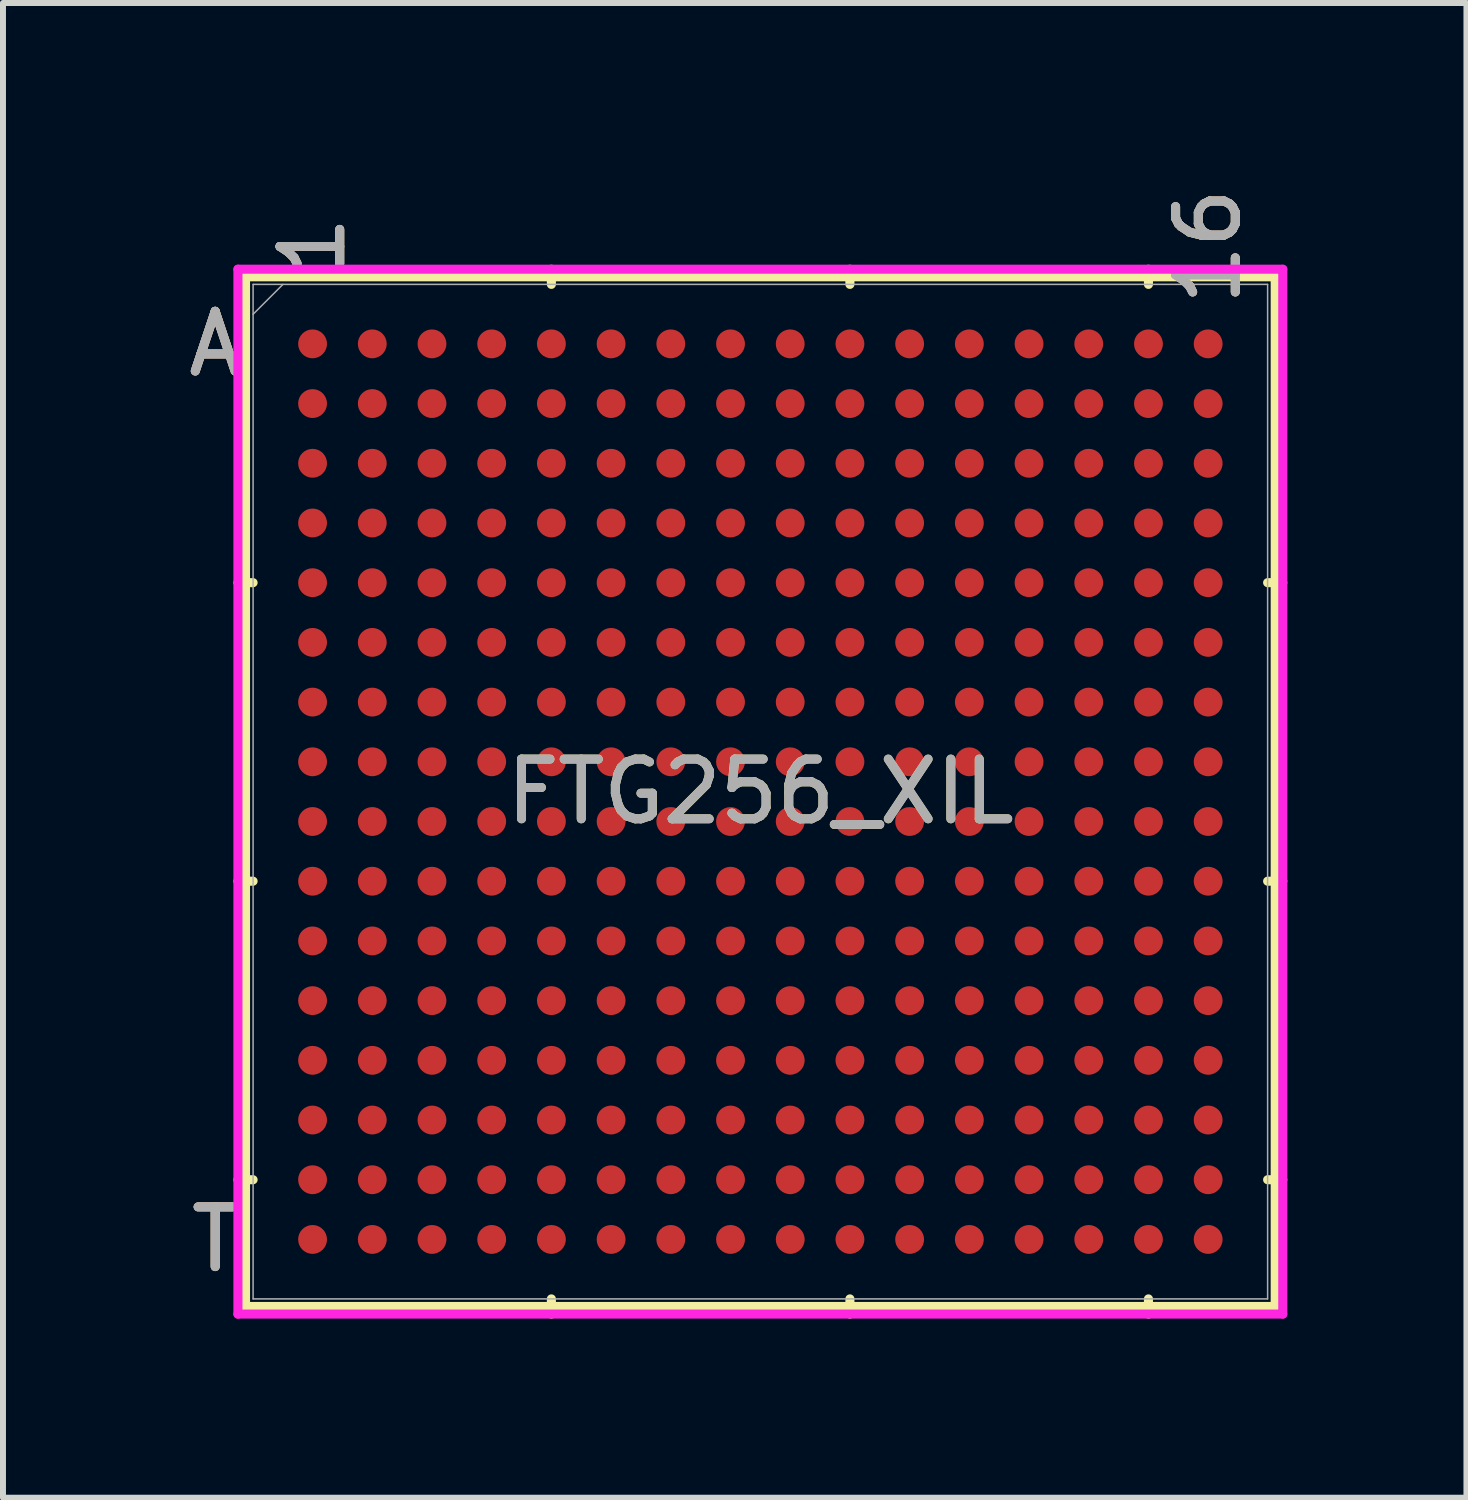
<source format=kicad_pcb>
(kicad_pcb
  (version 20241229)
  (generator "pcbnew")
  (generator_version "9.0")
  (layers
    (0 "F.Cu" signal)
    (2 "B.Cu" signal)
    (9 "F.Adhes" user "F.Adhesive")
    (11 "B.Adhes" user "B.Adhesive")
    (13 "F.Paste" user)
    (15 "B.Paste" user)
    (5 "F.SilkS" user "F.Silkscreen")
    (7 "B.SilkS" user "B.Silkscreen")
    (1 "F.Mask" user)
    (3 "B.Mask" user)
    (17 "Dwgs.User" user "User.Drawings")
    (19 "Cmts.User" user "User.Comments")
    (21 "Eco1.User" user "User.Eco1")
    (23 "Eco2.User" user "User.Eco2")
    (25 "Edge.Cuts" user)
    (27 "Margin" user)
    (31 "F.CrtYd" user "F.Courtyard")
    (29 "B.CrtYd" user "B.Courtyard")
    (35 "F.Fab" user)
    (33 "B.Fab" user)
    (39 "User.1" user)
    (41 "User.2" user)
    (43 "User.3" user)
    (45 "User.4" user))
  (footprint "FTG256_XIL"
    (layer "F.Cu")
    (at 9.685 10.209)
    (property "Reference" "FTG256_XIL" (at 0 0 0) (unlocked yes) (layer "F.SilkS") (effects (font (size 1 1) (thickness 0.15))))
    (attr smd)
    (fp_line (start -8.623 -8.623) (end -8.623 8.623) (stroke (width 0.152) (type solid)) (layer "F.SilkS"))
    (fp_line (start -8.623 8.623) (end 8.623 8.623) (stroke (width 0.152) (type solid)) (layer "F.SilkS"))
    (fp_line (start -8.496 -3.5) (end -8.75 -3.5) (stroke (width 0.152) (type solid)) (layer "F.SilkS"))
    (fp_line (start -8.496 1.5) (end -8.75 1.5) (stroke (width 0.152) (type solid)) (layer "F.SilkS"))
    (fp_line (start -8.496 6.5) (end -8.75 6.5) (stroke (width 0.152) (type solid)) (layer "F.SilkS"))
    (fp_line (start -3.5 -8.496) (end -3.5 -8.75) (stroke (width 0.152) (type solid)) (layer "F.SilkS"))
    (fp_line (start -3.5 8.496) (end -3.5 8.75) (stroke (width 0.152) (type solid)) (layer "F.SilkS"))
    (fp_line (start 1.5 -8.496) (end 1.5 -8.75) (stroke (width 0.152) (type solid)) (layer "F.SilkS"))
    (fp_line (start 1.5 8.496) (end 1.5 8.75) (stroke (width 0.152) (type solid)) (layer "F.SilkS"))
    (fp_line (start 6.5 -8.496) (end 6.5 -8.75) (stroke (width 0.152) (type solid)) (layer "F.SilkS"))
    (fp_line (start 6.5 8.496) (end 6.5 8.75) (stroke (width 0.152) (type solid)) (layer "F.SilkS"))
    (fp_line (start 8.496 -3.5) (end 8.75 -3.5) (stroke (width 0.152) (type solid)) (layer "F.SilkS"))
    (fp_line (start 8.496 1.5) (end 8.75 1.5) (stroke (width 0.152) (type solid)) (layer "F.SilkS"))
    (fp_line (start 8.496 6.5) (end 8.75 6.5) (stroke (width 0.152) (type solid)) (layer "F.SilkS"))
    (fp_line (start 8.623 -8.623) (end -8.623 -8.623) (stroke (width 0.152) (type solid)) (layer "F.SilkS"))
    (fp_line (start 8.623 8.623) (end 8.623 -8.623) (stroke (width 0.152) (type solid)) (layer "F.SilkS"))
    (fp_poly (pts (xy -8.508 -8.508) (xy 8.508 -8.508) (xy 8.508 8.508) (xy -8.508 8.508)) (stroke (width 0.1) (type solid)) (fill no) (layer "Eco2.User"))
    (fp_line (start -8.75 -8.75) (end 8.75 -8.75) (stroke (width 0.152) (type solid)) (layer "F.CrtYd"))
    (fp_line (start -8.75 8.75) (end -8.75 -8.75) (stroke (width 0.152) (type solid)) (layer "F.CrtYd"))
    (fp_line (start 8.75 -8.75) (end 8.75 8.75) (stroke (width 0.152) (type solid)) (layer "F.CrtYd"))
    (fp_line (start 8.75 8.75) (end -8.75 8.75) (stroke (width 0.152) (type solid)) (layer "F.CrtYd"))
    (fp_line (start -8.496 -8.496) (end -8.496 8.496) (stroke (width 0.025) (type solid)) (layer "F.Fab"))
    (fp_line (start -8.496 8.496) (end 8.496 8.496) (stroke (width 0.025) (type solid)) (layer "F.Fab"))
    (fp_line (start -7.996 -8.496) (end -8.496 -7.996) (stroke (width 0.025) (type solid)) (layer "F.Fab"))
    (fp_line (start 8.496 -8.496) (end -8.496 -8.496) (stroke (width 0.025) (type solid)) (layer "F.Fab"))
    (fp_line (start 8.496 8.496) (end 8.496 -8.496) (stroke (width 0.025) (type solid)) (layer "F.Fab"))
    (fp_text user "A" (at -9.131 -7.5 0) (unlocked yes) (layer "F.SilkS") (effects (font (size 1 1) (thickness 0.15))))
    (fp_text user "16" (at 7.5 -9.131 90) (unlocked yes) (layer "F.SilkS") (effects (font (size 1 1) (thickness 0.15))))
    (fp_text user "1" (at -7.5 -9.131 90) (unlocked yes) (layer "F.SilkS") (effects (font (size 1 1) (thickness 0.15))))
    (fp_text user "T" (at -9.131 7.5 0) (unlocked yes) (layer "F.SilkS") (effects (font (size 1 1) (thickness 0.15))))
    (fp_text user "A" (at -9.131 -7.5 0) (unlocked yes) (layer "B.SilkS") (effects (font (size 1 1) (thickness 0.15))))
    (fp_text user "T" (at -9.131 7.5 0) (unlocked yes) (layer "B.SilkS") (effects (font (size 1 1) (thickness 0.15))))
    (fp_text user "16" (at 7.5 -9.131 90) (unlocked yes) (layer "B.SilkS") (effects (font (size 1 1) (thickness 0.15))))
    (fp_text user "1" (at -7.5 -9.131 90) (unlocked yes) (layer "B.SilkS") (effects (font (size 1 1) (thickness 0.15))))
    (fp_text user "T" (at -9.131 7.5 0) (unlocked yes) (layer "F.Fab") (effects (font (size 1 1) (thickness 0.15))))
    (fp_text user "A" (at -9.131 -7.5 0) (unlocked yes) (layer "F.Fab") (effects (font (size 1 1) (thickness 0.15))))
    (fp_text user "${REFERENCE}" (at 0 0 0) (unlocked yes) (layer "F.Fab") (effects (font (size 1 1) (thickness 0.15))))
    (fp_text user "1" (at -7.5 -9.131 90) (unlocked yes) (layer "F.Fab") (effects (font (size 1 1) (thickness 0.15))))
    (fp_text user "16" (at 7.5 -9.131 90) (unlocked yes) (layer "F.Fab") (effects (font (size 1 1) (thickness 0.15))))
    (pad "A1" smd circle (at -7.5 -7.5) (size 0.483 0.483) (layers "F.Cu" "F.Mask" "F.Paste"))
    (pad "A2" smd circle (at -6.5 -7.5) (size 0.483 0.483) (layers "F.Cu" "F.Mask" "F.Paste"))
    (pad "A3" smd circle (at -5.5 -7.5) (size 0.483 0.483) (layers "F.Cu" "F.Mask" "F.Paste"))
    (pad "A4" smd circle (at -4.5 -7.5) (size 0.483 0.483) (layers "F.Cu" "F.Mask" "F.Paste"))
    (pad "A5" smd circle (at -3.5 -7.5) (size 0.483 0.483) (layers "F.Cu" "F.Mask" "F.Paste"))
    (pad "A6" smd circle (at -2.5 -7.5) (size 0.483 0.483) (layers "F.Cu" "F.Mask" "F.Paste"))
    (pad "A7" smd circle (at -1.5 -7.5) (size 0.483 0.483) (layers "F.Cu" "F.Mask" "F.Paste"))
    (pad "A8" smd circle (at -0.5 -7.5) (size 0.483 0.483) (layers "F.Cu" "F.Mask" "F.Paste"))
    (pad "A9" smd circle (at 0.5 -7.5) (size 0.483 0.483) (layers "F.Cu" "F.Mask" "F.Paste"))
    (pad "A10" smd circle (at 1.5 -7.5) (size 0.483 0.483) (layers "F.Cu" "F.Mask" "F.Paste"))
    (pad "A11" smd circle (at 2.5 -7.5) (size 0.483 0.483) (layers "F.Cu" "F.Mask" "F.Paste"))
    (pad "A12" smd circle (at 3.5 -7.5) (size 0.483 0.483) (layers "F.Cu" "F.Mask" "F.Paste"))
    (pad "A13" smd circle (at 4.5 -7.5) (size 0.483 0.483) (layers "F.Cu" "F.Mask" "F.Paste"))
    (pad "A14" smd circle (at 5.5 -7.5) (size 0.483 0.483) (layers "F.Cu" "F.Mask" "F.Paste"))
    (pad "A15" smd circle (at 6.5 -7.5) (size 0.483 0.483) (layers "F.Cu" "F.Mask" "F.Paste"))
    (pad "A16" smd circle (at 7.5 -7.5) (size 0.483 0.483) (layers "F.Cu" "F.Mask" "F.Paste"))
    (pad "B1" smd circle (at -7.5 -6.5) (size 0.483 0.483) (layers "F.Cu" "F.Mask" "F.Paste"))
    (pad "B2" smd circle (at -6.5 -6.5) (size 0.483 0.483) (layers "F.Cu" "F.Mask" "F.Paste"))
    (pad "B3" smd circle (at -5.5 -6.5) (size 0.483 0.483) (layers "F.Cu" "F.Mask" "F.Paste"))
    (pad "B4" smd circle (at -4.5 -6.5) (size 0.483 0.483) (layers "F.Cu" "F.Mask" "F.Paste"))
    (pad "B5" smd circle (at -3.5 -6.5) (size 0.483 0.483) (layers "F.Cu" "F.Mask" "F.Paste"))
    (pad "B6" smd circle (at -2.5 -6.5) (size 0.483 0.483) (layers "F.Cu" "F.Mask" "F.Paste"))
    (pad "B7" smd circle (at -1.5 -6.5) (size 0.483 0.483) (layers "F.Cu" "F.Mask" "F.Paste"))
    (pad "B8" smd circle (at -0.5 -6.5) (size 0.483 0.483) (layers "F.Cu" "F.Mask" "F.Paste"))
    (pad "B9" smd circle (at 0.5 -6.5) (size 0.483 0.483) (layers "F.Cu" "F.Mask" "F.Paste"))
    (pad "B10" smd circle (at 1.5 -6.5) (size 0.483 0.483) (layers "F.Cu" "F.Mask" "F.Paste"))
    (pad "B11" smd circle (at 2.5 -6.5) (size 0.483 0.483) (layers "F.Cu" "F.Mask" "F.Paste"))
    (pad "B12" smd circle (at 3.5 -6.5) (size 0.483 0.483) (layers "F.Cu" "F.Mask" "F.Paste"))
    (pad "B13" smd circle (at 4.5 -6.5) (size 0.483 0.483) (layers "F.Cu" "F.Mask" "F.Paste"))
    (pad "B14" smd circle (at 5.5 -6.5) (size 0.483 0.483) (layers "F.Cu" "F.Mask" "F.Paste"))
    (pad "B15" smd circle (at 6.5 -6.5) (size 0.483 0.483) (layers "F.Cu" "F.Mask" "F.Paste"))
    (pad "B16" smd circle (at 7.5 -6.5) (size 0.483 0.483) (layers "F.Cu" "F.Mask" "F.Paste"))
    (pad "C1" smd circle (at -7.5 -5.5) (size 0.483 0.483) (layers "F.Cu" "F.Mask" "F.Paste"))
    (pad "C2" smd circle (at -6.5 -5.5) (size 0.483 0.483) (layers "F.Cu" "F.Mask" "F.Paste"))
    (pad "C3" smd circle (at -5.5 -5.5) (size 0.483 0.483) (layers "F.Cu" "F.Mask" "F.Paste"))
    (pad "C4" smd circle (at -4.5 -5.5) (size 0.483 0.483) (layers "F.Cu" "F.Mask" "F.Paste"))
    (pad "C5" smd circle (at -3.5 -5.5) (size 0.483 0.483) (layers "F.Cu" "F.Mask" "F.Paste"))
    (pad "C6" smd circle (at -2.5 -5.5) (size 0.483 0.483) (layers "F.Cu" "F.Mask" "F.Paste"))
    (pad "C7" smd circle (at -1.5 -5.5) (size 0.483 0.483) (layers "F.Cu" "F.Mask" "F.Paste"))
    (pad "C8" smd circle (at -0.5 -5.5) (size 0.483 0.483) (layers "F.Cu" "F.Mask" "F.Paste"))
    (pad "C9" smd circle (at 0.5 -5.5) (size 0.483 0.483) (layers "F.Cu" "F.Mask" "F.Paste"))
    (pad "C10" smd circle (at 1.5 -5.5) (size 0.483 0.483) (layers "F.Cu" "F.Mask" "F.Paste"))
    (pad "C11" smd circle (at 2.5 -5.5) (size 0.483 0.483) (layers "F.Cu" "F.Mask" "F.Paste"))
    (pad "C12" smd circle (at 3.5 -5.5) (size 0.483 0.483) (layers "F.Cu" "F.Mask" "F.Paste"))
    (pad "C13" smd circle (at 4.5 -5.5) (size 0.483 0.483) (layers "F.Cu" "F.Mask" "F.Paste"))
    (pad "C14" smd circle (at 5.5 -5.5) (size 0.483 0.483) (layers "F.Cu" "F.Mask" "F.Paste"))
    (pad "C15" smd circle (at 6.5 -5.5) (size 0.483 0.483) (layers "F.Cu" "F.Mask" "F.Paste"))
    (pad "C16" smd circle (at 7.5 -5.5) (size 0.483 0.483) (layers "F.Cu" "F.Mask" "F.Paste"))
    (pad "D1" smd circle (at -7.5 -4.5) (size 0.483 0.483) (layers "F.Cu" "F.Mask" "F.Paste"))
    (pad "D2" smd circle (at -6.5 -4.5) (size 0.483 0.483) (layers "F.Cu" "F.Mask" "F.Paste"))
    (pad "D3" smd circle (at -5.5 -4.5) (size 0.483 0.483) (layers "F.Cu" "F.Mask" "F.Paste"))
    (pad "D4" smd circle (at -4.5 -4.5) (size 0.483 0.483) (layers "F.Cu" "F.Mask" "F.Paste"))
    (pad "D5" smd circle (at -3.5 -4.5) (size 0.483 0.483) (layers "F.Cu" "F.Mask" "F.Paste"))
    (pad "D6" smd circle (at -2.5 -4.5) (size 0.483 0.483) (layers "F.Cu" "F.Mask" "F.Paste"))
    (pad "D7" smd circle (at -1.5 -4.5) (size 0.483 0.483) (layers "F.Cu" "F.Mask" "F.Paste"))
    (pad "D8" smd circle (at -0.5 -4.5) (size 0.483 0.483) (layers "F.Cu" "F.Mask" "F.Paste"))
    (pad "D9" smd circle (at 0.5 -4.5) (size 0.483 0.483) (layers "F.Cu" "F.Mask" "F.Paste"))
    (pad "D10" smd circle (at 1.5 -4.5) (size 0.483 0.483) (layers "F.Cu" "F.Mask" "F.Paste"))
    (pad "D11" smd circle (at 2.5 -4.5) (size 0.483 0.483) (layers "F.Cu" "F.Mask" "F.Paste"))
    (pad "D12" smd circle (at 3.5 -4.5) (size 0.483 0.483) (layers "F.Cu" "F.Mask" "F.Paste"))
    (pad "D13" smd circle (at 4.5 -4.5) (size 0.483 0.483) (layers "F.Cu" "F.Mask" "F.Paste"))
    (pad "D14" smd circle (at 5.5 -4.5) (size 0.483 0.483) (layers "F.Cu" "F.Mask" "F.Paste"))
    (pad "D15" smd circle (at 6.5 -4.5) (size 0.483 0.483) (layers "F.Cu" "F.Mask" "F.Paste"))
    (pad "D16" smd circle (at 7.5 -4.5) (size 0.483 0.483) (layers "F.Cu" "F.Mask" "F.Paste"))
    (pad "E1" smd circle (at -7.5 -3.5) (size 0.483 0.483) (layers "F.Cu" "F.Mask" "F.Paste"))
    (pad "E2" smd circle (at -6.5 -3.5) (size 0.483 0.483) (layers "F.Cu" "F.Mask" "F.Paste"))
    (pad "E3" smd circle (at -5.5 -3.5) (size 0.483 0.483) (layers "F.Cu" "F.Mask" "F.Paste"))
    (pad "E4" smd circle (at -4.5 -3.5) (size 0.483 0.483) (layers "F.Cu" "F.Mask" "F.Paste"))
    (pad "E5" smd circle (at -3.5 -3.5) (size 0.483 0.483) (layers "F.Cu" "F.Mask" "F.Paste"))
    (pad "E6" smd circle (at -2.5 -3.5) (size 0.483 0.483) (layers "F.Cu" "F.Mask" "F.Paste"))
    (pad "E7" smd circle (at -1.5 -3.5) (size 0.483 0.483) (layers "F.Cu" "F.Mask" "F.Paste"))
    (pad "E8" smd circle (at -0.5 -3.5) (size 0.483 0.483) (layers "F.Cu" "F.Mask" "F.Paste"))
    (pad "E9" smd circle (at 0.5 -3.5) (size 0.483 0.483) (layers "F.Cu" "F.Mask" "F.Paste"))
    (pad "E10" smd circle (at 1.5 -3.5) (size 0.483 0.483) (layers "F.Cu" "F.Mask" "F.Paste"))
    (pad "E11" smd circle (at 2.5 -3.5) (size 0.483 0.483) (layers "F.Cu" "F.Mask" "F.Paste"))
    (pad "E12" smd circle (at 3.5 -3.5) (size 0.483 0.483) (layers "F.Cu" "F.Mask" "F.Paste"))
    (pad "E13" smd circle (at 4.5 -3.5) (size 0.483 0.483) (layers "F.Cu" "F.Mask" "F.Paste"))
    (pad "E14" smd circle (at 5.5 -3.5) (size 0.483 0.483) (layers "F.Cu" "F.Mask" "F.Paste"))
    (pad "E15" smd circle (at 6.5 -3.5) (size 0.483 0.483) (layers "F.Cu" "F.Mask" "F.Paste"))
    (pad "E16" smd circle (at 7.5 -3.5) (size 0.483 0.483) (layers "F.Cu" "F.Mask" "F.Paste"))
    (pad "F1" smd circle (at -7.5 -2.5) (size 0.483 0.483) (layers "F.Cu" "F.Mask" "F.Paste"))
    (pad "F2" smd circle (at -6.5 -2.5) (size 0.483 0.483) (layers "F.Cu" "F.Mask" "F.Paste"))
    (pad "F3" smd circle (at -5.5 -2.5) (size 0.483 0.483) (layers "F.Cu" "F.Mask" "F.Paste"))
    (pad "F4" smd circle (at -4.5 -2.5) (size 0.483 0.483) (layers "F.Cu" "F.Mask" "F.Paste"))
    (pad "F5" smd circle (at -3.5 -2.5) (size 0.483 0.483) (layers "F.Cu" "F.Mask" "F.Paste"))
    (pad "F6" smd circle (at -2.5 -2.5) (size 0.483 0.483) (layers "F.Cu" "F.Mask" "F.Paste"))
    (pad "F7" smd circle (at -1.5 -2.5) (size 0.483 0.483) (layers "F.Cu" "F.Mask" "F.Paste"))
    (pad "F8" smd circle (at -0.5 -2.5) (size 0.483 0.483) (layers "F.Cu" "F.Mask" "F.Paste"))
    (pad "F9" smd circle (at 0.5 -2.5) (size 0.483 0.483) (layers "F.Cu" "F.Mask" "F.Paste"))
    (pad "F10" smd circle (at 1.5 -2.5) (size 0.483 0.483) (layers "F.Cu" "F.Mask" "F.Paste"))
    (pad "F11" smd circle (at 2.5 -2.5) (size 0.483 0.483) (layers "F.Cu" "F.Mask" "F.Paste"))
    (pad "F12" smd circle (at 3.5 -2.5) (size 0.483 0.483) (layers "F.Cu" "F.Mask" "F.Paste"))
    (pad "F13" smd circle (at 4.5 -2.5) (size 0.483 0.483) (layers "F.Cu" "F.Mask" "F.Paste"))
    (pad "F14" smd circle (at 5.5 -2.5) (size 0.483 0.483) (layers "F.Cu" "F.Mask" "F.Paste"))
    (pad "F15" smd circle (at 6.5 -2.5) (size 0.483 0.483) (layers "F.Cu" "F.Mask" "F.Paste"))
    (pad "F16" smd circle (at 7.5 -2.5) (size 0.483 0.483) (layers "F.Cu" "F.Mask" "F.Paste"))
    (pad "G1" smd circle (at -7.5 -1.5) (size 0.483 0.483) (layers "F.Cu" "F.Mask" "F.Paste"))
    (pad "G2" smd circle (at -6.5 -1.5) (size 0.483 0.483) (layers "F.Cu" "F.Mask" "F.Paste"))
    (pad "G3" smd circle (at -5.5 -1.5) (size 0.483 0.483) (layers "F.Cu" "F.Mask" "F.Paste"))
    (pad "G4" smd circle (at -4.5 -1.5) (size 0.483 0.483) (layers "F.Cu" "F.Mask" "F.Paste"))
    (pad "G5" smd circle (at -3.5 -1.5) (size 0.483 0.483) (layers "F.Cu" "F.Mask" "F.Paste"))
    (pad "G6" smd circle (at -2.5 -1.5) (size 0.483 0.483) (layers "F.Cu" "F.Mask" "F.Paste"))
    (pad "G7" smd circle (at -1.5 -1.5) (size 0.483 0.483) (layers "F.Cu" "F.Mask" "F.Paste"))
    (pad "G8" smd circle (at -0.5 -1.5) (size 0.483 0.483) (layers "F.Cu" "F.Mask" "F.Paste"))
    (pad "G9" smd circle (at 0.5 -1.5) (size 0.483 0.483) (layers "F.Cu" "F.Mask" "F.Paste"))
    (pad "G10" smd circle (at 1.5 -1.5) (size 0.483 0.483) (layers "F.Cu" "F.Mask" "F.Paste"))
    (pad "G11" smd circle (at 2.5 -1.5) (size 0.483 0.483) (layers "F.Cu" "F.Mask" "F.Paste"))
    (pad "G12" smd circle (at 3.5 -1.5) (size 0.483 0.483) (layers "F.Cu" "F.Mask" "F.Paste"))
    (pad "G13" smd circle (at 4.5 -1.5) (size 0.483 0.483) (layers "F.Cu" "F.Mask" "F.Paste"))
    (pad "G14" smd circle (at 5.5 -1.5) (size 0.483 0.483) (layers "F.Cu" "F.Mask" "F.Paste"))
    (pad "G15" smd circle (at 6.5 -1.5) (size 0.483 0.483) (layers "F.Cu" "F.Mask" "F.Paste"))
    (pad "G16" smd circle (at 7.5 -1.5) (size 0.483 0.483) (layers "F.Cu" "F.Mask" "F.Paste"))
    (pad "H1" smd circle (at -7.5 -0.5) (size 0.483 0.483) (layers "F.Cu" "F.Mask" "F.Paste"))
    (pad "H2" smd circle (at -6.5 -0.5) (size 0.483 0.483) (layers "F.Cu" "F.Mask" "F.Paste"))
    (pad "H3" smd circle (at -5.5 -0.5) (size 0.483 0.483) (layers "F.Cu" "F.Mask" "F.Paste"))
    (pad "H4" smd circle (at -4.5 -0.5) (size 0.483 0.483) (layers "F.Cu" "F.Mask" "F.Paste"))
    (pad "H5" smd circle (at -3.5 -0.5) (size 0.483 0.483) (layers "F.Cu" "F.Mask" "F.Paste"))
    (pad "H6" smd circle (at -2.5 -0.5) (size 0.483 0.483) (layers "F.Cu" "F.Mask" "F.Paste"))
    (pad "H7" smd circle (at -1.5 -0.5) (size 0.483 0.483) (layers "F.Cu" "F.Mask" "F.Paste"))
    (pad "H8" smd circle (at -0.5 -0.5) (size 0.483 0.483) (layers "F.Cu" "F.Mask" "F.Paste"))
    (pad "H9" smd circle (at 0.5 -0.5) (size 0.483 0.483) (layers "F.Cu" "F.Mask" "F.Paste"))
    (pad "H10" smd circle (at 1.5 -0.5) (size 0.483 0.483) (layers "F.Cu" "F.Mask" "F.Paste"))
    (pad "H11" smd circle (at 2.5 -0.5) (size 0.483 0.483) (layers "F.Cu" "F.Mask" "F.Paste"))
    (pad "H12" smd circle (at 3.5 -0.5) (size 0.483 0.483) (layers "F.Cu" "F.Mask" "F.Paste"))
    (pad "H13" smd circle (at 4.5 -0.5) (size 0.483 0.483) (layers "F.Cu" "F.Mask" "F.Paste"))
    (pad "H14" smd circle (at 5.5 -0.5) (size 0.483 0.483) (layers "F.Cu" "F.Mask" "F.Paste"))
    (pad "H15" smd circle (at 6.5 -0.5) (size 0.483 0.483) (layers "F.Cu" "F.Mask" "F.Paste"))
    (pad "H16" smd circle (at 7.5 -0.5) (size 0.483 0.483) (layers "F.Cu" "F.Mask" "F.Paste"))
    (pad "J1" smd circle (at -7.5 0.5) (size 0.483 0.483) (layers "F.Cu" "F.Mask" "F.Paste"))
    (pad "J2" smd circle (at -6.5 0.5) (size 0.483 0.483) (layers "F.Cu" "F.Mask" "F.Paste"))
    (pad "J3" smd circle (at -5.5 0.5) (size 0.483 0.483) (layers "F.Cu" "F.Mask" "F.Paste"))
    (pad "J4" smd circle (at -4.5 0.5) (size 0.483 0.483) (layers "F.Cu" "F.Mask" "F.Paste"))
    (pad "J5" smd circle (at -3.5 0.5) (size 0.483 0.483) (layers "F.Cu" "F.Mask" "F.Paste"))
    (pad "J6" smd circle (at -2.5 0.5) (size 0.483 0.483) (layers "F.Cu" "F.Mask" "F.Paste"))
    (pad "J7" smd circle (at -1.5 0.5) (size 0.483 0.483) (layers "F.Cu" "F.Mask" "F.Paste"))
    (pad "J8" smd circle (at -0.5 0.5) (size 0.483 0.483) (layers "F.Cu" "F.Mask" "F.Paste"))
    (pad "J9" smd circle (at 0.5 0.5) (size 0.483 0.483) (layers "F.Cu" "F.Mask" "F.Paste"))
    (pad "J10" smd circle (at 1.5 0.5) (size 0.483 0.483) (layers "F.Cu" "F.Mask" "F.Paste"))
    (pad "J11" smd circle (at 2.5 0.5) (size 0.483 0.483) (layers "F.Cu" "F.Mask" "F.Paste"))
    (pad "J12" smd circle (at 3.5 0.5) (size 0.483 0.483) (layers "F.Cu" "F.Mask" "F.Paste"))
    (pad "J13" smd circle (at 4.5 0.5) (size 0.483 0.483) (layers "F.Cu" "F.Mask" "F.Paste"))
    (pad "J14" smd circle (at 5.5 0.5) (size 0.483 0.483) (layers "F.Cu" "F.Mask" "F.Paste"))
    (pad "J15" smd circle (at 6.5 0.5) (size 0.483 0.483) (layers "F.Cu" "F.Mask" "F.Paste"))
    (pad "J16" smd circle (at 7.5 0.5) (size 0.483 0.483) (layers "F.Cu" "F.Mask" "F.Paste"))
    (pad "K1" smd circle (at -7.5 1.5) (size 0.483 0.483) (layers "F.Cu" "F.Mask" "F.Paste"))
    (pad "K2" smd circle (at -6.5 1.5) (size 0.483 0.483) (layers "F.Cu" "F.Mask" "F.Paste"))
    (pad "K3" smd circle (at -5.5 1.5) (size 0.483 0.483) (layers "F.Cu" "F.Mask" "F.Paste"))
    (pad "K4" smd circle (at -4.5 1.5) (size 0.483 0.483) (layers "F.Cu" "F.Mask" "F.Paste"))
    (pad "K5" smd circle (at -3.5 1.5) (size 0.483 0.483) (layers "F.Cu" "F.Mask" "F.Paste"))
    (pad "K6" smd circle (at -2.5 1.5) (size 0.483 0.483) (layers "F.Cu" "F.Mask" "F.Paste"))
    (pad "K7" smd circle (at -1.5 1.5) (size 0.483 0.483) (layers "F.Cu" "F.Mask" "F.Paste"))
    (pad "K8" smd circle (at -0.5 1.5) (size 0.483 0.483) (layers "F.Cu" "F.Mask" "F.Paste"))
    (pad "K9" smd circle (at 0.5 1.5) (size 0.483 0.483) (layers "F.Cu" "F.Mask" "F.Paste"))
    (pad "K10" smd circle (at 1.5 1.5) (size 0.483 0.483) (layers "F.Cu" "F.Mask" "F.Paste"))
    (pad "K11" smd circle (at 2.5 1.5) (size 0.483 0.483) (layers "F.Cu" "F.Mask" "F.Paste"))
    (pad "K12" smd circle (at 3.5 1.5) (size 0.483 0.483) (layers "F.Cu" "F.Mask" "F.Paste"))
    (pad "K13" smd circle (at 4.5 1.5) (size 0.483 0.483) (layers "F.Cu" "F.Mask" "F.Paste"))
    (pad "K14" smd circle (at 5.5 1.5) (size 0.483 0.483) (layers "F.Cu" "F.Mask" "F.Paste"))
    (pad "K15" smd circle (at 6.5 1.5) (size 0.483 0.483) (layers "F.Cu" "F.Mask" "F.Paste"))
    (pad "K16" smd circle (at 7.5 1.5) (size 0.483 0.483) (layers "F.Cu" "F.Mask" "F.Paste"))
    (pad "L1" smd circle (at -7.5 2.5) (size 0.483 0.483) (layers "F.Cu" "F.Mask" "F.Paste"))
    (pad "L2" smd circle (at -6.5 2.5) (size 0.483 0.483) (layers "F.Cu" "F.Mask" "F.Paste"))
    (pad "L3" smd circle (at -5.5 2.5) (size 0.483 0.483) (layers "F.Cu" "F.Mask" "F.Paste"))
    (pad "L4" smd circle (at -4.5 2.5) (size 0.483 0.483) (layers "F.Cu" "F.Mask" "F.Paste"))
    (pad "L5" smd circle (at -3.5 2.5) (size 0.483 0.483) (layers "F.Cu" "F.Mask" "F.Paste"))
    (pad "L6" smd circle (at -2.5 2.5) (size 0.483 0.483) (layers "F.Cu" "F.Mask" "F.Paste"))
    (pad "L7" smd circle (at -1.5 2.5) (size 0.483 0.483) (layers "F.Cu" "F.Mask" "F.Paste"))
    (pad "L8" smd circle (at -0.5 2.5) (size 0.483 0.483) (layers "F.Cu" "F.Mask" "F.Paste"))
    (pad "L9" smd circle (at 0.5 2.5) (size 0.483 0.483) (layers "F.Cu" "F.Mask" "F.Paste"))
    (pad "L10" smd circle (at 1.5 2.5) (size 0.483 0.483) (layers "F.Cu" "F.Mask" "F.Paste"))
    (pad "L11" smd circle (at 2.5 2.5) (size 0.483 0.483) (layers "F.Cu" "F.Mask" "F.Paste"))
    (pad "L12" smd circle (at 3.5 2.5) (size 0.483 0.483) (layers "F.Cu" "F.Mask" "F.Paste"))
    (pad "L13" smd circle (at 4.5 2.5) (size 0.483 0.483) (layers "F.Cu" "F.Mask" "F.Paste"))
    (pad "L14" smd circle (at 5.5 2.5) (size 0.483 0.483) (layers "F.Cu" "F.Mask" "F.Paste"))
    (pad "L15" smd circle (at 6.5 2.5) (size 0.483 0.483) (layers "F.Cu" "F.Mask" "F.Paste"))
    (pad "L16" smd circle (at 7.5 2.5) (size 0.483 0.483) (layers "F.Cu" "F.Mask" "F.Paste"))
    (pad "M1" smd circle (at -7.5 3.5) (size 0.483 0.483) (layers "F.Cu" "F.Mask" "F.Paste"))
    (pad "M2" smd circle (at -6.5 3.5) (size 0.483 0.483) (layers "F.Cu" "F.Mask" "F.Paste"))
    (pad "M3" smd circle (at -5.5 3.5) (size 0.483 0.483) (layers "F.Cu" "F.Mask" "F.Paste"))
    (pad "M4" smd circle (at -4.5 3.5) (size 0.483 0.483) (layers "F.Cu" "F.Mask" "F.Paste"))
    (pad "M5" smd circle (at -3.5 3.5) (size 0.483 0.483) (layers "F.Cu" "F.Mask" "F.Paste"))
    (pad "M6" smd circle (at -2.5 3.5) (size 0.483 0.483) (layers "F.Cu" "F.Mask" "F.Paste"))
    (pad "M7" smd circle (at -1.5 3.5) (size 0.483 0.483) (layers "F.Cu" "F.Mask" "F.Paste"))
    (pad "M8" smd circle (at -0.5 3.5) (size 0.483 0.483) (layers "F.Cu" "F.Mask" "F.Paste"))
    (pad "M9" smd circle (at 0.5 3.5) (size 0.483 0.483) (layers "F.Cu" "F.Mask" "F.Paste"))
    (pad "M10" smd circle (at 1.5 3.5) (size 0.483 0.483) (layers "F.Cu" "F.Mask" "F.Paste"))
    (pad "M11" smd circle (at 2.5 3.5) (size 0.483 0.483) (layers "F.Cu" "F.Mask" "F.Paste"))
    (pad "M12" smd circle (at 3.5 3.5) (size 0.483 0.483) (layers "F.Cu" "F.Mask" "F.Paste"))
    (pad "M13" smd circle (at 4.5 3.5) (size 0.483 0.483) (layers "F.Cu" "F.Mask" "F.Paste"))
    (pad "M14" smd circle (at 5.5 3.5) (size 0.483 0.483) (layers "F.Cu" "F.Mask" "F.Paste"))
    (pad "M15" smd circle (at 6.5 3.5) (size 0.483 0.483) (layers "F.Cu" "F.Mask" "F.Paste"))
    (pad "M16" smd circle (at 7.5 3.5) (size 0.483 0.483) (layers "F.Cu" "F.Mask" "F.Paste"))
    (pad "N1" smd circle (at -7.5 4.5) (size 0.483 0.483) (layers "F.Cu" "F.Mask" "F.Paste"))
    (pad "N2" smd circle (at -6.5 4.5) (size 0.483 0.483) (layers "F.Cu" "F.Mask" "F.Paste"))
    (pad "N3" smd circle (at -5.5 4.5) (size 0.483 0.483) (layers "F.Cu" "F.Mask" "F.Paste"))
    (pad "N4" smd circle (at -4.5 4.5) (size 0.483 0.483) (layers "F.Cu" "F.Mask" "F.Paste"))
    (pad "N5" smd circle (at -3.5 4.5) (size 0.483 0.483) (layers "F.Cu" "F.Mask" "F.Paste"))
    (pad "N6" smd circle (at -2.5 4.5) (size 0.483 0.483) (layers "F.Cu" "F.Mask" "F.Paste"))
    (pad "N7" smd circle (at -1.5 4.5) (size 0.483 0.483) (layers "F.Cu" "F.Mask" "F.Paste"))
    (pad "N8" smd circle (at -0.5 4.5) (size 0.483 0.483) (layers "F.Cu" "F.Mask" "F.Paste"))
    (pad "N9" smd circle (at 0.5 4.5) (size 0.483 0.483) (layers "F.Cu" "F.Mask" "F.Paste"))
    (pad "N10" smd circle (at 1.5 4.5) (size 0.483 0.483) (layers "F.Cu" "F.Mask" "F.Paste"))
    (pad "N11" smd circle (at 2.5 4.5) (size 0.483 0.483) (layers "F.Cu" "F.Mask" "F.Paste"))
    (pad "N12" smd circle (at 3.5 4.5) (size 0.483 0.483) (layers "F.Cu" "F.Mask" "F.Paste"))
    (pad "N13" smd circle (at 4.5 4.5) (size 0.483 0.483) (layers "F.Cu" "F.Mask" "F.Paste"))
    (pad "N14" smd circle (at 5.5 4.5) (size 0.483 0.483) (layers "F.Cu" "F.Mask" "F.Paste"))
    (pad "N15" smd circle (at 6.5 4.5) (size 0.483 0.483) (layers "F.Cu" "F.Mask" "F.Paste"))
    (pad "N16" smd circle (at 7.5 4.5) (size 0.483 0.483) (layers "F.Cu" "F.Mask" "F.Paste"))
    (pad "P1" smd circle (at -7.5 5.5) (size 0.483 0.483) (layers "F.Cu" "F.Mask" "F.Paste"))
    (pad "P2" smd circle (at -6.5 5.5) (size 0.483 0.483) (layers "F.Cu" "F.Mask" "F.Paste"))
    (pad "P3" smd circle (at -5.5 5.5) (size 0.483 0.483) (layers "F.Cu" "F.Mask" "F.Paste"))
    (pad "P4" smd circle (at -4.5 5.5) (size 0.483 0.483) (layers "F.Cu" "F.Mask" "F.Paste"))
    (pad "P5" smd circle (at -3.5 5.5) (size 0.483 0.483) (layers "F.Cu" "F.Mask" "F.Paste"))
    (pad "P6" smd circle (at -2.5 5.5) (size 0.483 0.483) (layers "F.Cu" "F.Mask" "F.Paste"))
    (pad "P7" smd circle (at -1.5 5.5) (size 0.483 0.483) (layers "F.Cu" "F.Mask" "F.Paste"))
    (pad "P8" smd circle (at -0.5 5.5) (size 0.483 0.483) (layers "F.Cu" "F.Mask" "F.Paste"))
    (pad "P9" smd circle (at 0.5 5.5) (size 0.483 0.483) (layers "F.Cu" "F.Mask" "F.Paste"))
    (pad "P10" smd circle (at 1.5 5.5) (size 0.483 0.483) (layers "F.Cu" "F.Mask" "F.Paste"))
    (pad "P11" smd circle (at 2.5 5.5) (size 0.483 0.483) (layers "F.Cu" "F.Mask" "F.Paste"))
    (pad "P12" smd circle (at 3.5 5.5) (size 0.483 0.483) (layers "F.Cu" "F.Mask" "F.Paste"))
    (pad "P13" smd circle (at 4.5 5.5) (size 0.483 0.483) (layers "F.Cu" "F.Mask" "F.Paste"))
    (pad "P14" smd circle (at 5.5 5.5) (size 0.483 0.483) (layers "F.Cu" "F.Mask" "F.Paste"))
    (pad "P15" smd circle (at 6.5 5.5) (size 0.483 0.483) (layers "F.Cu" "F.Mask" "F.Paste"))
    (pad "P16" smd circle (at 7.5 5.5) (size 0.483 0.483) (layers "F.Cu" "F.Mask" "F.Paste"))
    (pad "R1" smd circle (at -7.5 6.5) (size 0.483 0.483) (layers "F.Cu" "F.Mask" "F.Paste"))
    (pad "R2" smd circle (at -6.5 6.5) (size 0.483 0.483) (layers "F.Cu" "F.Mask" "F.Paste"))
    (pad "R3" smd circle (at -5.5 6.5) (size 0.483 0.483) (layers "F.Cu" "F.Mask" "F.Paste"))
    (pad "R4" smd circle (at -4.5 6.5) (size 0.483 0.483) (layers "F.Cu" "F.Mask" "F.Paste"))
    (pad "R5" smd circle (at -3.5 6.5) (size 0.483 0.483) (layers "F.Cu" "F.Mask" "F.Paste"))
    (pad "R6" smd circle (at -2.5 6.5) (size 0.483 0.483) (layers "F.Cu" "F.Mask" "F.Paste"))
    (pad "R7" smd circle (at -1.5 6.5) (size 0.483 0.483) (layers "F.Cu" "F.Mask" "F.Paste"))
    (pad "R8" smd circle (at -0.5 6.5) (size 0.483 0.483) (layers "F.Cu" "F.Mask" "F.Paste"))
    (pad "R9" smd circle (at 0.5 6.5) (size 0.483 0.483) (layers "F.Cu" "F.Mask" "F.Paste"))
    (pad "R10" smd circle (at 1.5 6.5) (size 0.483 0.483) (layers "F.Cu" "F.Mask" "F.Paste"))
    (pad "R11" smd circle (at 2.5 6.5) (size 0.483 0.483) (layers "F.Cu" "F.Mask" "F.Paste"))
    (pad "R12" smd circle (at 3.5 6.5) (size 0.483 0.483) (layers "F.Cu" "F.Mask" "F.Paste"))
    (pad "R13" smd circle (at 4.5 6.5) (size 0.483 0.483) (layers "F.Cu" "F.Mask" "F.Paste"))
    (pad "R14" smd circle (at 5.5 6.5) (size 0.483 0.483) (layers "F.Cu" "F.Mask" "F.Paste"))
    (pad "R15" smd circle (at 6.5 6.5) (size 0.483 0.483) (layers "F.Cu" "F.Mask" "F.Paste"))
    (pad "R16" smd circle (at 7.5 6.5) (size 0.483 0.483) (layers "F.Cu" "F.Mask" "F.Paste"))
    (pad "T1" smd circle (at -7.5 7.5) (size 0.483 0.483) (layers "F.Cu" "F.Mask" "F.Paste"))
    (pad "T2" smd circle (at -6.5 7.5) (size 0.483 0.483) (layers "F.Cu" "F.Mask" "F.Paste"))
    (pad "T3" smd circle (at -5.5 7.5) (size 0.483 0.483) (layers "F.Cu" "F.Mask" "F.Paste"))
    (pad "T4" smd circle (at -4.5 7.5) (size 0.483 0.483) (layers "F.Cu" "F.Mask" "F.Paste"))
    (pad "T5" smd circle (at -3.5 7.5) (size 0.483 0.483) (layers "F.Cu" "F.Mask" "F.Paste"))
    (pad "T6" smd circle (at -2.5 7.5) (size 0.483 0.483) (layers "F.Cu" "F.Mask" "F.Paste"))
    (pad "T7" smd circle (at -1.5 7.5) (size 0.483 0.483) (layers "F.Cu" "F.Mask" "F.Paste"))
    (pad "T8" smd circle (at -0.5 7.5) (size 0.483 0.483) (layers "F.Cu" "F.Mask" "F.Paste"))
    (pad "T9" smd circle (at 0.5 7.5) (size 0.483 0.483) (layers "F.Cu" "F.Mask" "F.Paste"))
    (pad "T10" smd circle (at 1.5 7.5) (size 0.483 0.483) (layers "F.Cu" "F.Mask" "F.Paste"))
    (pad "T11" smd circle (at 2.5 7.5) (size 0.483 0.483) (layers "F.Cu" "F.Mask" "F.Paste"))
    (pad "T12" smd circle (at 3.5 7.5) (size 0.483 0.483) (layers "F.Cu" "F.Mask" "F.Paste"))
    (pad "T13" smd circle (at 4.5 7.5) (size 0.483 0.483) (layers "F.Cu" "F.Mask" "F.Paste"))
    (pad "T14" smd circle (at 5.5 7.5) (size 0.483 0.483) (layers "F.Cu" "F.Mask" "F.Paste"))
    (pad "T15" smd circle (at 6.5 7.5) (size 0.483 0.483) (layers "F.Cu" "F.Mask" "F.Paste"))
    (pad "T16" smd circle (at 7.5 7.5) (size 0.483 0.483) (layers "F.Cu" "F.Mask" "F.Paste")))
  (gr_rect
    (start -3 -3)
    (end 21.511 22.035)
    (stroke (width 0.1) (type default))
    (fill no)
    (layer "Edge.Cuts")))
</source>
